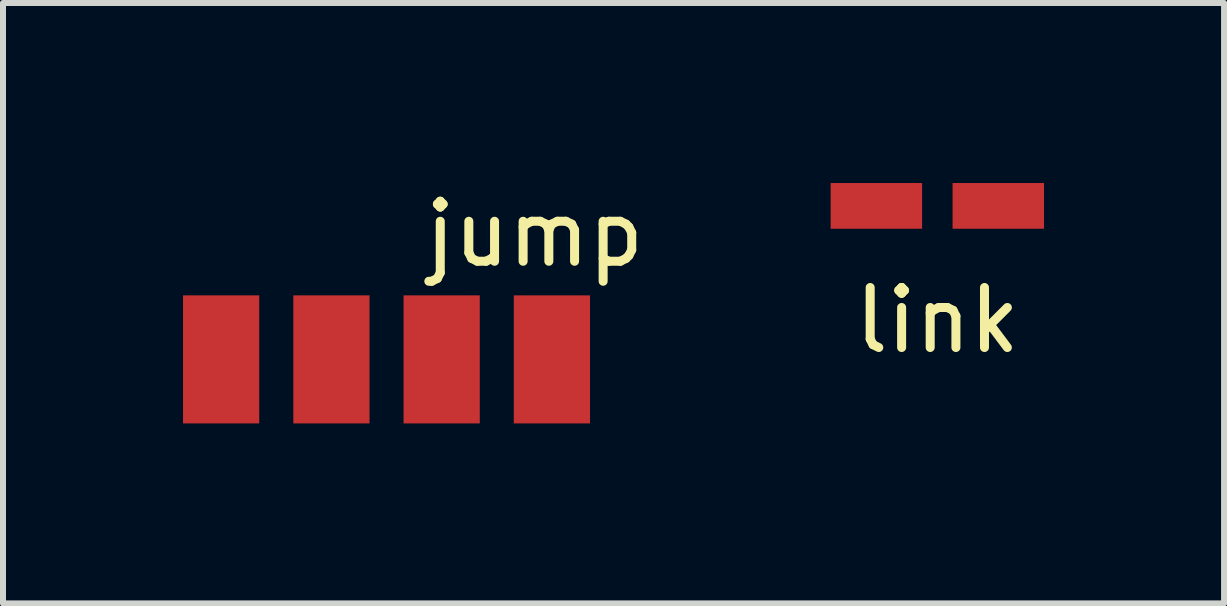
<source format=kicad_pcb>
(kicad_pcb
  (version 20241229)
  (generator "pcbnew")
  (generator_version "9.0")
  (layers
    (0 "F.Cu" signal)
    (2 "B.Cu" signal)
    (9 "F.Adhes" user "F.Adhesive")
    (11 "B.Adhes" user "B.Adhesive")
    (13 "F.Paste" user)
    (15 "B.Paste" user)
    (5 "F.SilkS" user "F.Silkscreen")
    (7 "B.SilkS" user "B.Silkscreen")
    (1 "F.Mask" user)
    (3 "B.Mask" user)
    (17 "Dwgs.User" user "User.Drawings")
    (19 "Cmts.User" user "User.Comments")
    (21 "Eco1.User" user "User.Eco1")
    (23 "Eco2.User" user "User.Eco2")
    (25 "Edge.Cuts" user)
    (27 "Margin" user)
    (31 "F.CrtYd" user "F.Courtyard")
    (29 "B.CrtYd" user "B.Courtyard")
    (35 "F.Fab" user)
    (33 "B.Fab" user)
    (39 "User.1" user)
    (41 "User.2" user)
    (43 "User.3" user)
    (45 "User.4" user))
  (footprint "link"
    (layer "F.Cu")
    (at 12.57 0.381)
    (property "Reference" "link" (at 0 1.905 0) (layer "F.SilkS") (effects (font (size 1 1) (thickness 0.15))))
    (attr through_hole)
    (pad "1" smd rect (at -1.016 0) (size 1.524 0.762) (layers "F.Cu" "F.Mask" "F.Paste"))
    (pad "2" smd rect (at 1.016 0) (size 1.524 0.762) (layers "F.Cu" "F.Mask" "F.Paste")))
  (footprint "jump"
    (layer "F.Cu")
    (at 3.404 2.939)
    (property "Reference" "jump" (at 2.454 -2.09 0) (layer "F.SilkS") (effects (font (size 1 1) (thickness 0.15))))
    (attr through_hole)
    (pad "1" smd rect (at 0.906 0 90) (size 2.134 1.27) (layers "F.Cu" "F.Mask" "F.Paste"))
    (pad "2" smd rect (at -0.931 0 90) (size 2.134 1.27) (layers "F.Cu" "F.Mask" "F.Paste"))
    (pad "3" smd rect (at 2.743 0 90) (size 2.134 1.27) (layers "F.Cu" "F.Mask" "F.Paste"))
    (pad "4" smd rect (at -2.769 0 270) (size 2.134 1.27) (layers "F.Cu" "F.Mask" "F.Paste")))
  (gr_rect
    (start -3 -3)
    (end 17.348 7.005)
    (stroke (width 0.1) (type default))
    (fill no)
    (layer "Edge.Cuts")))
</source>
